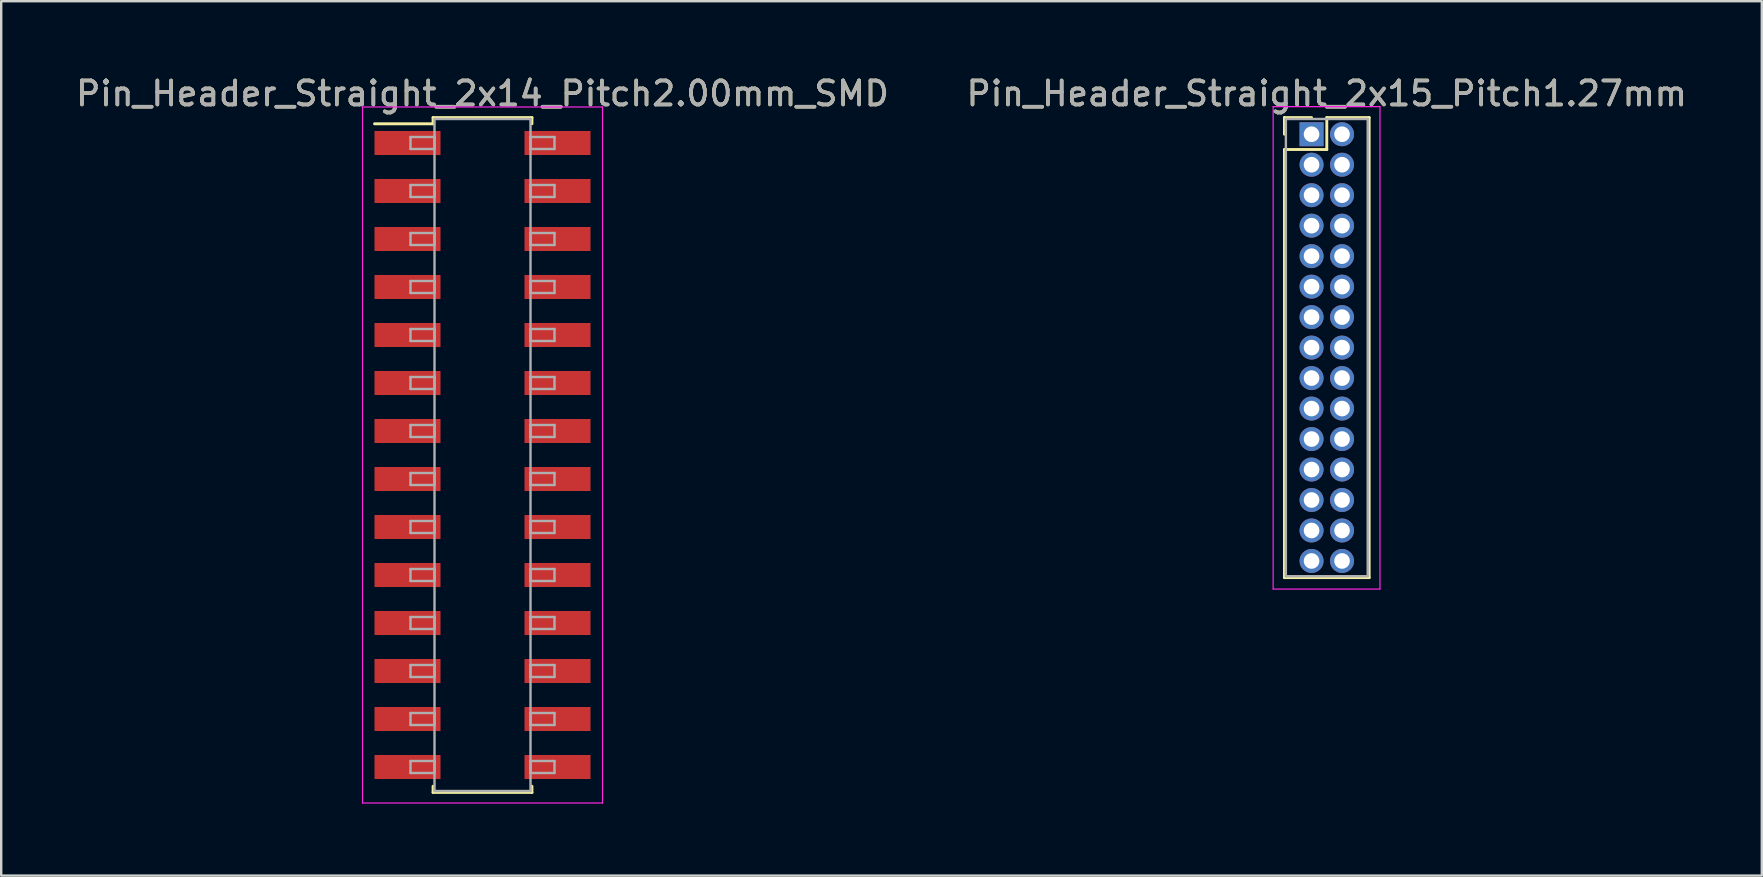
<source format=kicad_pcb>
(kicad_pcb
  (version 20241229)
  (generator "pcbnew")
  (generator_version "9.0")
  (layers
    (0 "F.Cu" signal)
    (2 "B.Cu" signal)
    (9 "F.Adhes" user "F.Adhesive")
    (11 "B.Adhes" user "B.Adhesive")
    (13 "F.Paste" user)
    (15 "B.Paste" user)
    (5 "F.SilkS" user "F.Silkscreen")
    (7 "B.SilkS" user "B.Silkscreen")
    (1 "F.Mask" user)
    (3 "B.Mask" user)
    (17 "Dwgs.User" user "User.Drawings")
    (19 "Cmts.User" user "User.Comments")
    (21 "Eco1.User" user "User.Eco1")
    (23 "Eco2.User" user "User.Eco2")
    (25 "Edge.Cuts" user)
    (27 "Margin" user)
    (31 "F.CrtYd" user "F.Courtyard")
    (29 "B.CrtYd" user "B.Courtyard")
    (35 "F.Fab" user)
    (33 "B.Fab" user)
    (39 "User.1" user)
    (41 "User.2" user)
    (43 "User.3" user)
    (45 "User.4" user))
  (footprint "Pin_Header_Straight_2x15_Pitch1.27mm"
    (layer "F.Cu")
    (at 51.597 2.543)
    (property "Reference" "Pin_Header_Straight_2x15_Pitch1.27mm" (at 0.635 -1.695 0) (layer "F.SilkS") (effects (font (size 1 1) (thickness 0.15))))
    (attr through_hole)
    (fp_line (start -1.13 -0.695) (end 0 -0.695) (stroke (width 0.12) (type solid)) (layer "F.SilkS"))
    (fp_line (start -1.13 0) (end -1.13 -0.695) (stroke (width 0.12) (type solid)) (layer "F.SilkS"))
    (fp_line (start -1.13 0.635) (end -1.13 18.475) (stroke (width 0.12) (type solid)) (layer "F.SilkS"))
    (fp_line (start -1.13 18.475) (end 2.4 18.475) (stroke (width 0.12) (type solid)) (layer "F.SilkS"))
    (fp_line (start 0.635 -0.695) (end 0.635 0.635) (stroke (width 0.12) (type solid)) (layer "F.SilkS"))
    (fp_line (start 0.635 0.635) (end -1.13 0.635) (stroke (width 0.12) (type solid)) (layer "F.SilkS"))
    (fp_line (start 2.4 -0.695) (end 0.635 -0.695) (stroke (width 0.12) (type solid)) (layer "F.SilkS"))
    (fp_line (start 2.4 18.475) (end 2.4 -0.695) (stroke (width 0.12) (type solid)) (layer "F.SilkS"))
    (fp_line (start -1.6 -1.15) (end -1.6 18.95) (stroke (width 0.05) (type solid)) (layer "F.CrtYd"))
    (fp_line (start -1.6 18.95) (end 2.85 18.95) (stroke (width 0.05) (type solid)) (layer "F.CrtYd"))
    (fp_line (start 2.85 -1.15) (end -1.6 -1.15) (stroke (width 0.05) (type solid)) (layer "F.CrtYd"))
    (fp_line (start 2.85 18.95) (end 2.85 -1.15) (stroke (width 0.05) (type solid)) (layer "F.CrtYd"))
    (fp_line (start -1.07 -0.635) (end -1.07 18.415) (stroke (width 0.1) (type solid)) (layer "F.Fab"))
    (fp_line (start -1.07 18.415) (end 2.34 18.415) (stroke (width 0.1) (type solid)) (layer "F.Fab"))
    (fp_line (start 2.34 -0.635) (end -1.07 -0.635) (stroke (width 0.1) (type solid)) (layer "F.Fab"))
    (fp_line (start 2.34 18.415) (end 2.34 -0.635) (stroke (width 0.1) (type solid)) (layer "F.Fab"))
    (fp_text user "${REFERENCE}" (at 0.635 -1.695 0) (layer "F.Fab") (effects (font (size 1 1) (thickness 0.15))))
    (pad "1" thru_hole rect (at 0 0) (size 1 1) (drill 0.65) (layers "*.Cu" "*.Mask"))
    (pad "2" thru_hole oval (at 1.27 0) (size 1 1) (drill 0.65) (layers "*.Cu" "*.Mask"))
    (pad "3" thru_hole oval (at 0 1.27) (size 1 1) (drill 0.65) (layers "*.Cu" "*.Mask"))
    (pad "4" thru_hole oval (at 1.27 1.27) (size 1 1) (drill 0.65) (layers "*.Cu" "*.Mask"))
    (pad "5" thru_hole oval (at 0 2.54) (size 1 1) (drill 0.65) (layers "*.Cu" "*.Mask"))
    (pad "6" thru_hole oval (at 1.27 2.54) (size 1 1) (drill 0.65) (layers "*.Cu" "*.Mask"))
    (pad "7" thru_hole oval (at 0 3.81) (size 1 1) (drill 0.65) (layers "*.Cu" "*.Mask"))
    (pad "8" thru_hole oval (at 1.27 3.81) (size 1 1) (drill 0.65) (layers "*.Cu" "*.Mask"))
    (pad "9" thru_hole oval (at 0 5.08) (size 1 1) (drill 0.65) (layers "*.Cu" "*.Mask"))
    (pad "10" thru_hole oval (at 1.27 5.08) (size 1 1) (drill 0.65) (layers "*.Cu" "*.Mask"))
    (pad "11" thru_hole oval (at 0 6.35) (size 1 1) (drill 0.65) (layers "*.Cu" "*.Mask"))
    (pad "12" thru_hole oval (at 1.27 6.35) (size 1 1) (drill 0.65) (layers "*.Cu" "*.Mask"))
    (pad "13" thru_hole oval (at 0 7.62) (size 1 1) (drill 0.65) (layers "*.Cu" "*.Mask"))
    (pad "14" thru_hole oval (at 1.27 7.62) (size 1 1) (drill 0.65) (layers "*.Cu" "*.Mask"))
    (pad "15" thru_hole oval (at 0 8.89) (size 1 1) (drill 0.65) (layers "*.Cu" "*.Mask"))
    (pad "16" thru_hole oval (at 1.27 8.89) (size 1 1) (drill 0.65) (layers "*.Cu" "*.Mask"))
    (pad "17" thru_hole oval (at 0 10.16) (size 1 1) (drill 0.65) (layers "*.Cu" "*.Mask"))
    (pad "18" thru_hole oval (at 1.27 10.16) (size 1 1) (drill 0.65) (layers "*.Cu" "*.Mask"))
    (pad "19" thru_hole oval (at 0 11.43) (size 1 1) (drill 0.65) (layers "*.Cu" "*.Mask"))
    (pad "20" thru_hole oval (at 1.27 11.43) (size 1 1) (drill 0.65) (layers "*.Cu" "*.Mask"))
    (pad "21" thru_hole oval (at 0 12.7) (size 1 1) (drill 0.65) (layers "*.Cu" "*.Mask"))
    (pad "22" thru_hole oval (at 1.27 12.7) (size 1 1) (drill 0.65) (layers "*.Cu" "*.Mask"))
    (pad "23" thru_hole oval (at 0 13.97) (size 1 1) (drill 0.65) (layers "*.Cu" "*.Mask"))
    (pad "24" thru_hole oval (at 1.27 13.97) (size 1 1) (drill 0.65) (layers "*.Cu" "*.Mask"))
    (pad "25" thru_hole oval (at 0 15.24) (size 1 1) (drill 0.65) (layers "*.Cu" "*.Mask"))
    (pad "26" thru_hole oval (at 1.27 15.24) (size 1 1) (drill 0.65) (layers "*.Cu" "*.Mask"))
    (pad "27" thru_hole oval (at 0 16.51) (size 1 1) (drill 0.65) (layers "*.Cu" "*.Mask"))
    (pad "28" thru_hole oval (at 1.27 16.51) (size 1 1) (drill 0.65) (layers "*.Cu" "*.Mask"))
    (pad "29" thru_hole oval (at 0 17.78) (size 1 1) (drill 0.65) (layers "*.Cu" "*.Mask"))
    (pad "30" thru_hole oval (at 1.27 17.78) (size 1 1) (drill 0.65) (layers "*.Cu" "*.Mask")))
  (footprint "Pin_Header_Straight_2x14_Pitch2.00mm_SMD"
    (layer "F.Cu")
    (at 17.054 15.908)
    (property "Reference" "Pin_Header_Straight_2x14_Pitch2.00mm_SMD" (at 0 -15.06 0) (layer "F.SilkS") (effects (font (size 1 1) (thickness 0.15))))
    (attr smd)
    (fp_line (start -4.5 -13.8) (end -2.06 -13.8) (stroke (width 0.12) (type solid)) (layer "F.SilkS"))
    (fp_line (start -2.06 -14.06) (end 2.06 -14.06) (stroke (width 0.12) (type solid)) (layer "F.SilkS"))
    (fp_line (start -2.06 -13.8) (end -2.06 -14.06) (stroke (width 0.12) (type solid)) (layer "F.SilkS"))
    (fp_line (start -2.06 13.8) (end -2.06 14.06) (stroke (width 0.12) (type solid)) (layer "F.SilkS"))
    (fp_line (start -2.06 14.06) (end 2.06 14.06) (stroke (width 0.12) (type solid)) (layer "F.SilkS"))
    (fp_line (start 2.06 -14.06) (end 2.06 -13.8) (stroke (width 0.12) (type solid)) (layer "F.SilkS"))
    (fp_line (start 2.06 14.06) (end 2.06 13.8) (stroke (width 0.12) (type solid)) (layer "F.SilkS"))
    (fp_line (start -5 -14.5) (end -5 14.5) (stroke (width 0.05) (type solid)) (layer "F.CrtYd"))
    (fp_line (start -5 14.5) (end 5 14.5) (stroke (width 0.05) (type solid)) (layer "F.CrtYd"))
    (fp_line (start 5 -14.5) (end -5 -14.5) (stroke (width 0.05) (type solid)) (layer "F.CrtYd"))
    (fp_line (start 5 14.5) (end 5 -14.5) (stroke (width 0.05) (type solid)) (layer "F.CrtYd"))
    (fp_line (start -3 -13.25) (end -2 -13.25) (stroke (width 0.1) (type solid)) (layer "F.Fab"))
    (fp_line (start -3 -12.75) (end -3 -13.25) (stroke (width 0.1) (type solid)) (layer "F.Fab"))
    (fp_line (start -3 -11.25) (end -2 -11.25) (stroke (width 0.1) (type solid)) (layer "F.Fab"))
    (fp_line (start -3 -10.75) (end -3 -11.25) (stroke (width 0.1) (type solid)) (layer "F.Fab"))
    (fp_line (start -3 -9.25) (end -2 -9.25) (stroke (width 0.1) (type solid)) (layer "F.Fab"))
    (fp_line (start -3 -8.75) (end -3 -9.25) (stroke (width 0.1) (type solid)) (layer "F.Fab"))
    (fp_line (start -3 -7.25) (end -2 -7.25) (stroke (width 0.1) (type solid)) (layer "F.Fab"))
    (fp_line (start -3 -6.75) (end -3 -7.25) (stroke (width 0.1) (type solid)) (layer "F.Fab"))
    (fp_line (start -3 -5.25) (end -2 -5.25) (stroke (width 0.1) (type solid)) (layer "F.Fab"))
    (fp_line (start -3 -4.75) (end -3 -5.25) (stroke (width 0.1) (type solid)) (layer "F.Fab"))
    (fp_line (start -3 -3.25) (end -2 -3.25) (stroke (width 0.1) (type solid)) (layer "F.Fab"))
    (fp_line (start -3 -2.75) (end -3 -3.25) (stroke (width 0.1) (type solid)) (layer "F.Fab"))
    (fp_line (start -3 -1.25) (end -2 -1.25) (stroke (width 0.1) (type solid)) (layer "F.Fab"))
    (fp_line (start -3 -0.75) (end -3 -1.25) (stroke (width 0.1) (type solid)) (layer "F.Fab"))
    (fp_line (start -3 0.75) (end -2 0.75) (stroke (width 0.1) (type solid)) (layer "F.Fab"))
    (fp_line (start -3 1.25) (end -3 0.75) (stroke (width 0.1) (type solid)) (layer "F.Fab"))
    (fp_line (start -3 2.75) (end -2 2.75) (stroke (width 0.1) (type solid)) (layer "F.Fab"))
    (fp_line (start -3 3.25) (end -3 2.75) (stroke (width 0.1) (type solid)) (layer "F.Fab"))
    (fp_line (start -3 4.75) (end -2 4.75) (stroke (width 0.1) (type solid)) (layer "F.Fab"))
    (fp_line (start -3 5.25) (end -3 4.75) (stroke (width 0.1) (type solid)) (layer "F.Fab"))
    (fp_line (start -3 6.75) (end -2 6.75) (stroke (width 0.1) (type solid)) (layer "F.Fab"))
    (fp_line (start -3 7.25) (end -3 6.75) (stroke (width 0.1) (type solid)) (layer "F.Fab"))
    (fp_line (start -3 8.75) (end -2 8.75) (stroke (width 0.1) (type solid)) (layer "F.Fab"))
    (fp_line (start -3 9.25) (end -3 8.75) (stroke (width 0.1) (type solid)) (layer "F.Fab"))
    (fp_line (start -3 10.75) (end -2 10.75) (stroke (width 0.1) (type solid)) (layer "F.Fab"))
    (fp_line (start -3 11.25) (end -3 10.75) (stroke (width 0.1) (type solid)) (layer "F.Fab"))
    (fp_line (start -3 12.75) (end -2 12.75) (stroke (width 0.1) (type solid)) (layer "F.Fab"))
    (fp_line (start -3 13.25) (end -3 12.75) (stroke (width 0.1) (type solid)) (layer "F.Fab"))
    (fp_line (start -2 -14) (end -2 14) (stroke (width 0.1) (type solid)) (layer "F.Fab"))
    (fp_line (start -2 -13.25) (end -2 -12.75) (stroke (width 0.1) (type solid)) (layer "F.Fab"))
    (fp_line (start -2 -12.75) (end -3 -12.75) (stroke (width 0.1) (type solid)) (layer "F.Fab"))
    (fp_line (start -2 -11.25) (end -2 -10.75) (stroke (width 0.1) (type solid)) (layer "F.Fab"))
    (fp_line (start -2 -10.75) (end -3 -10.75) (stroke (width 0.1) (type solid)) (layer "F.Fab"))
    (fp_line (start -2 -9.25) (end -2 -8.75) (stroke (width 0.1) (type solid)) (layer "F.Fab"))
    (fp_line (start -2 -8.75) (end -3 -8.75) (stroke (width 0.1) (type solid)) (layer "F.Fab"))
    (fp_line (start -2 -7.25) (end -2 -6.75) (stroke (width 0.1) (type solid)) (layer "F.Fab"))
    (fp_line (start -2 -6.75) (end -3 -6.75) (stroke (width 0.1) (type solid)) (layer "F.Fab"))
    (fp_line (start -2 -5.25) (end -2 -4.75) (stroke (width 0.1) (type solid)) (layer "F.Fab"))
    (fp_line (start -2 -4.75) (end -3 -4.75) (stroke (width 0.1) (type solid)) (layer "F.Fab"))
    (fp_line (start -2 -3.25) (end -2 -2.75) (stroke (width 0.1) (type solid)) (layer "F.Fab"))
    (fp_line (start -2 -2.75) (end -3 -2.75) (stroke (width 0.1) (type solid)) (layer "F.Fab"))
    (fp_line (start -2 -1.25) (end -2 -0.75) (stroke (width 0.1) (type solid)) (layer "F.Fab"))
    (fp_line (start -2 -0.75) (end -3 -0.75) (stroke (width 0.1) (type solid)) (layer "F.Fab"))
    (fp_line (start -2 0.75) (end -2 1.25) (stroke (width 0.1) (type solid)) (layer "F.Fab"))
    (fp_line (start -2 1.25) (end -3 1.25) (stroke (width 0.1) (type solid)) (layer "F.Fab"))
    (fp_line (start -2 2.75) (end -2 3.25) (stroke (width 0.1) (type solid)) (layer "F.Fab"))
    (fp_line (start -2 3.25) (end -3 3.25) (stroke (width 0.1) (type solid)) (layer "F.Fab"))
    (fp_line (start -2 4.75) (end -2 5.25) (stroke (width 0.1) (type solid)) (layer "F.Fab"))
    (fp_line (start -2 5.25) (end -3 5.25) (stroke (width 0.1) (type solid)) (layer "F.Fab"))
    (fp_line (start -2 6.75) (end -2 7.25) (stroke (width 0.1) (type solid)) (layer "F.Fab"))
    (fp_line (start -2 7.25) (end -3 7.25) (stroke (width 0.1) (type solid)) (layer "F.Fab"))
    (fp_line (start -2 8.75) (end -2 9.25) (stroke (width 0.1) (type solid)) (layer "F.Fab"))
    (fp_line (start -2 9.25) (end -3 9.25) (stroke (width 0.1) (type solid)) (layer "F.Fab"))
    (fp_line (start -2 10.75) (end -2 11.25) (stroke (width 0.1) (type solid)) (layer "F.Fab"))
    (fp_line (start -2 11.25) (end -3 11.25) (stroke (width 0.1) (type solid)) (layer "F.Fab"))
    (fp_line (start -2 12.75) (end -2 13.25) (stroke (width 0.1) (type solid)) (layer "F.Fab"))
    (fp_line (start -2 13.25) (end -3 13.25) (stroke (width 0.1) (type solid)) (layer "F.Fab"))
    (fp_line (start -2 14) (end 2 14) (stroke (width 0.1) (type solid)) (layer "F.Fab"))
    (fp_line (start 2 -14) (end -2 -14) (stroke (width 0.1) (type solid)) (layer "F.Fab"))
    (fp_line (start 2 -13.25) (end 2 -12.75) (stroke (width 0.1) (type solid)) (layer "F.Fab"))
    (fp_line (start 2 -12.75) (end 3 -12.75) (stroke (width 0.1) (type solid)) (layer "F.Fab"))
    (fp_line (start 2 -11.25) (end 2 -10.75) (stroke (width 0.1) (type solid)) (layer "F.Fab"))
    (fp_line (start 2 -10.75) (end 3 -10.75) (stroke (width 0.1) (type solid)) (layer "F.Fab"))
    (fp_line (start 2 -9.25) (end 2 -8.75) (stroke (width 0.1) (type solid)) (layer "F.Fab"))
    (fp_line (start 2 -8.75) (end 3 -8.75) (stroke (width 0.1) (type solid)) (layer "F.Fab"))
    (fp_line (start 2 -7.25) (end 2 -6.75) (stroke (width 0.1) (type solid)) (layer "F.Fab"))
    (fp_line (start 2 -6.75) (end 3 -6.75) (stroke (width 0.1) (type solid)) (layer "F.Fab"))
    (fp_line (start 2 -5.25) (end 2 -4.75) (stroke (width 0.1) (type solid)) (layer "F.Fab"))
    (fp_line (start 2 -4.75) (end 3 -4.75) (stroke (width 0.1) (type solid)) (layer "F.Fab"))
    (fp_line (start 2 -3.25) (end 2 -2.75) (stroke (width 0.1) (type solid)) (layer "F.Fab"))
    (fp_line (start 2 -2.75) (end 3 -2.75) (stroke (width 0.1) (type solid)) (layer "F.Fab"))
    (fp_line (start 2 -1.25) (end 2 -0.75) (stroke (width 0.1) (type solid)) (layer "F.Fab"))
    (fp_line (start 2 -0.75) (end 3 -0.75) (stroke (width 0.1) (type solid)) (layer "F.Fab"))
    (fp_line (start 2 0.75) (end 2 1.25) (stroke (width 0.1) (type solid)) (layer "F.Fab"))
    (fp_line (start 2 1.25) (end 3 1.25) (stroke (width 0.1) (type solid)) (layer "F.Fab"))
    (fp_line (start 2 2.75) (end 2 3.25) (stroke (width 0.1) (type solid)) (layer "F.Fab"))
    (fp_line (start 2 3.25) (end 3 3.25) (stroke (width 0.1) (type solid)) (layer "F.Fab"))
    (fp_line (start 2 4.75) (end 2 5.25) (stroke (width 0.1) (type solid)) (layer "F.Fab"))
    (fp_line (start 2 5.25) (end 3 5.25) (stroke (width 0.1) (type solid)) (layer "F.Fab"))
    (fp_line (start 2 6.75) (end 2 7.25) (stroke (width 0.1) (type solid)) (layer "F.Fab"))
    (fp_line (start 2 7.25) (end 3 7.25) (stroke (width 0.1) (type solid)) (layer "F.Fab"))
    (fp_line (start 2 8.75) (end 2 9.25) (stroke (width 0.1) (type solid)) (layer "F.Fab"))
    (fp_line (start 2 9.25) (end 3 9.25) (stroke (width 0.1) (type solid)) (layer "F.Fab"))
    (fp_line (start 2 10.75) (end 2 11.25) (stroke (width 0.1) (type solid)) (layer "F.Fab"))
    (fp_line (start 2 11.25) (end 3 11.25) (stroke (width 0.1) (type solid)) (layer "F.Fab"))
    (fp_line (start 2 12.75) (end 2 13.25) (stroke (width 0.1) (type solid)) (layer "F.Fab"))
    (fp_line (start 2 13.25) (end 3 13.25) (stroke (width 0.1) (type solid)) (layer "F.Fab"))
    (fp_line (start 2 14) (end 2 -14) (stroke (width 0.1) (type solid)) (layer "F.Fab"))
    (fp_line (start 3 -13.25) (end 2 -13.25) (stroke (width 0.1) (type solid)) (layer "F.Fab"))
    (fp_line (start 3 -12.75) (end 3 -13.25) (stroke (width 0.1) (type solid)) (layer "F.Fab"))
    (fp_line (start 3 -11.25) (end 2 -11.25) (stroke (width 0.1) (type solid)) (layer "F.Fab"))
    (fp_line (start 3 -10.75) (end 3 -11.25) (stroke (width 0.1) (type solid)) (layer "F.Fab"))
    (fp_line (start 3 -9.25) (end 2 -9.25) (stroke (width 0.1) (type solid)) (layer "F.Fab"))
    (fp_line (start 3 -8.75) (end 3 -9.25) (stroke (width 0.1) (type solid)) (layer "F.Fab"))
    (fp_line (start 3 -7.25) (end 2 -7.25) (stroke (width 0.1) (type solid)) (layer "F.Fab"))
    (fp_line (start 3 -6.75) (end 3 -7.25) (stroke (width 0.1) (type solid)) (layer "F.Fab"))
    (fp_line (start 3 -5.25) (end 2 -5.25) (stroke (width 0.1) (type solid)) (layer "F.Fab"))
    (fp_line (start 3 -4.75) (end 3 -5.25) (stroke (width 0.1) (type solid)) (layer "F.Fab"))
    (fp_line (start 3 -3.25) (end 2 -3.25) (stroke (width 0.1) (type solid)) (layer "F.Fab"))
    (fp_line (start 3 -2.75) (end 3 -3.25) (stroke (width 0.1) (type solid)) (layer "F.Fab"))
    (fp_line (start 3 -1.25) (end 2 -1.25) (stroke (width 0.1) (type solid)) (layer "F.Fab"))
    (fp_line (start 3 -0.75) (end 3 -1.25) (stroke (width 0.1) (type solid)) (layer "F.Fab"))
    (fp_line (start 3 0.75) (end 2 0.75) (stroke (width 0.1) (type solid)) (layer "F.Fab"))
    (fp_line (start 3 1.25) (end 3 0.75) (stroke (width 0.1) (type solid)) (layer "F.Fab"))
    (fp_line (start 3 2.75) (end 2 2.75) (stroke (width 0.1) (type solid)) (layer "F.Fab"))
    (fp_line (start 3 3.25) (end 3 2.75) (stroke (width 0.1) (type solid)) (layer "F.Fab"))
    (fp_line (start 3 4.75) (end 2 4.75) (stroke (width 0.1) (type solid)) (layer "F.Fab"))
    (fp_line (start 3 5.25) (end 3 4.75) (stroke (width 0.1) (type solid)) (layer "F.Fab"))
    (fp_line (start 3 6.75) (end 2 6.75) (stroke (width 0.1) (type solid)) (layer "F.Fab"))
    (fp_line (start 3 7.25) (end 3 6.75) (stroke (width 0.1) (type solid)) (layer "F.Fab"))
    (fp_line (start 3 8.75) (end 2 8.75) (stroke (width 0.1) (type solid)) (layer "F.Fab"))
    (fp_line (start 3 9.25) (end 3 8.75) (stroke (width 0.1) (type solid)) (layer "F.Fab"))
    (fp_line (start 3 10.75) (end 2 10.75) (stroke (width 0.1) (type solid)) (layer "F.Fab"))
    (fp_line (start 3 11.25) (end 3 10.75) (stroke (width 0.1) (type solid)) (layer "F.Fab"))
    (fp_line (start 3 12.75) (end 2 12.75) (stroke (width 0.1) (type solid)) (layer "F.Fab"))
    (fp_line (start 3 13.25) (end 3 12.75) (stroke (width 0.1) (type solid)) (layer "F.Fab"))
    (fp_text user "${REFERENCE}" (at 0 -15.06 0) (layer "F.Fab") (effects (font (size 1 1) (thickness 0.15))))
    (pad "1" smd rect (at -3.125 -13) (size 2.75 1) (layers "F.Cu" "F.Mask" "F.Paste"))
    (pad "2" smd rect (at 3.125 -13) (size 2.75 1) (layers "F.Cu" "F.Mask" "F.Paste"))
    (pad "3" smd rect (at -3.125 -11) (size 2.75 1) (layers "F.Cu" "F.Mask" "F.Paste"))
    (pad "4" smd rect (at 3.125 -11) (size 2.75 1) (layers "F.Cu" "F.Mask" "F.Paste"))
    (pad "5" smd rect (at -3.125 -9) (size 2.75 1) (layers "F.Cu" "F.Mask" "F.Paste"))
    (pad "6" smd rect (at 3.125 -9) (size 2.75 1) (layers "F.Cu" "F.Mask" "F.Paste"))
    (pad "7" smd rect (at -3.125 -7) (size 2.75 1) (layers "F.Cu" "F.Mask" "F.Paste"))
    (pad "8" smd rect (at 3.125 -7) (size 2.75 1) (layers "F.Cu" "F.Mask" "F.Paste"))
    (pad "9" smd rect (at -3.125 -5) (size 2.75 1) (layers "F.Cu" "F.Mask" "F.Paste"))
    (pad "10" smd rect (at 3.125 -5) (size 2.75 1) (layers "F.Cu" "F.Mask" "F.Paste"))
    (pad "11" smd rect (at -3.125 -3) (size 2.75 1) (layers "F.Cu" "F.Mask" "F.Paste"))
    (pad "12" smd rect (at 3.125 -3) (size 2.75 1) (layers "F.Cu" "F.Mask" "F.Paste"))
    (pad "13" smd rect (at -3.125 -1) (size 2.75 1) (layers "F.Cu" "F.Mask" "F.Paste"))
    (pad "14" smd rect (at 3.125 -1) (size 2.75 1) (layers "F.Cu" "F.Mask" "F.Paste"))
    (pad "15" smd rect (at -3.125 1) (size 2.75 1) (layers "F.Cu" "F.Mask" "F.Paste"))
    (pad "16" smd rect (at 3.125 1) (size 2.75 1) (layers "F.Cu" "F.Mask" "F.Paste"))
    (pad "17" smd rect (at -3.125 3) (size 2.75 1) (layers "F.Cu" "F.Mask" "F.Paste"))
    (pad "18" smd rect (at 3.125 3) (size 2.75 1) (layers "F.Cu" "F.Mask" "F.Paste"))
    (pad "19" smd rect (at -3.125 5) (size 2.75 1) (layers "F.Cu" "F.Mask" "F.Paste"))
    (pad "20" smd rect (at 3.125 5) (size 2.75 1) (layers "F.Cu" "F.Mask" "F.Paste"))
    (pad "21" smd rect (at -3.125 7) (size 2.75 1) (layers "F.Cu" "F.Mask" "F.Paste"))
    (pad "22" smd rect (at 3.125 7) (size 2.75 1) (layers "F.Cu" "F.Mask" "F.Paste"))
    (pad "23" smd rect (at -3.125 9) (size 2.75 1) (layers "F.Cu" "F.Mask" "F.Paste"))
    (pad "24" smd rect (at 3.125 9) (size 2.75 1) (layers "F.Cu" "F.Mask" "F.Paste"))
    (pad "25" smd rect (at -3.125 11) (size 2.75 1) (layers "F.Cu" "F.Mask" "F.Paste"))
    (pad "26" smd rect (at 3.125 11) (size 2.75 1) (layers "F.Cu" "F.Mask" "F.Paste"))
    (pad "27" smd rect (at -3.125 13) (size 2.75 1) (layers "F.Cu" "F.Mask" "F.Paste"))
    (pad "28" smd rect (at 3.125 13) (size 2.75 1) (layers "F.Cu" "F.Mask" "F.Paste")))
  (gr_rect
    (start -3 -3)
    (end 70.357 33.433)
    (stroke (width 0.1) (type default))
    (fill no)
    (layer "Edge.Cuts")))
</source>
